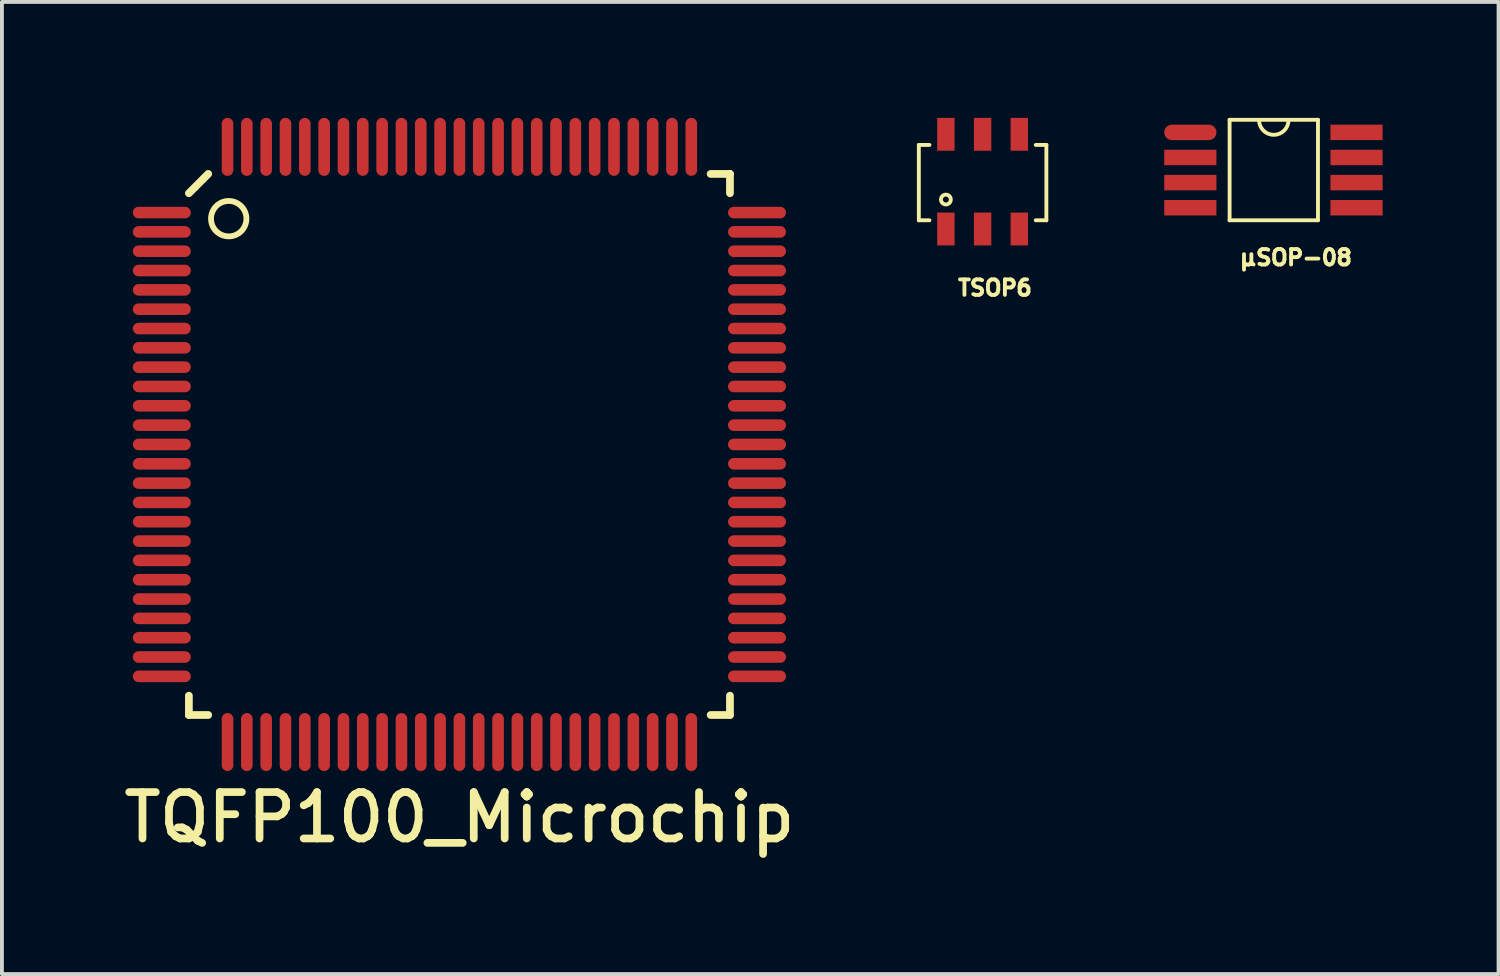
<source format=kicad_pcb>
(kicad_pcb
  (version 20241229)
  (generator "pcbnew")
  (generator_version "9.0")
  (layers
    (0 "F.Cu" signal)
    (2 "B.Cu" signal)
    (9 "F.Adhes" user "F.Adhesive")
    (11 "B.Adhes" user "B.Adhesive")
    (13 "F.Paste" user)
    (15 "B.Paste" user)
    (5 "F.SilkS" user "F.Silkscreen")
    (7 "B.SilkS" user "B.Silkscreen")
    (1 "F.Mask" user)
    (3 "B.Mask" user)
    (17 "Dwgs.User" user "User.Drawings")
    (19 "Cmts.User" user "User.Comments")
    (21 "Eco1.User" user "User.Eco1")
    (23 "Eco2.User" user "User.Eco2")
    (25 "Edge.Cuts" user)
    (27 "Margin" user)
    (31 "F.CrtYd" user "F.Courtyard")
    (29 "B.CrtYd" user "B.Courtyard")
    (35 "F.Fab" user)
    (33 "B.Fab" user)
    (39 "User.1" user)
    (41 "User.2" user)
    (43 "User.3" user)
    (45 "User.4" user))
  (footprint "TQFP100_Microchip"
    (layer "F.Cu")
    (at 8.837 8.45)
    (property "Reference" "TQFP100_Microchip" (at 0 9.65 0) (layer "F.SilkS") (effects (font (size 1.2 1.2) (thickness 0.2))))
    (attr through_hole)
    (fp_line (start -7 -6.5) (end -6.5 -7) (stroke (width 0.2) (type solid)) (layer "F.SilkS"))
    (fp_line (start -7 7) (end -7 6.5) (stroke (width 0.2) (type solid)) (layer "F.SilkS"))
    (fp_line (start -6.5 7) (end -7 7) (stroke (width 0.2) (type solid)) (layer "F.SilkS"))
    (fp_line (start 6.5 -7) (end 7 -7) (stroke (width 0.2) (type solid)) (layer "F.SilkS"))
    (fp_line (start 6.5 7) (end 7 7) (stroke (width 0.2) (type solid)) (layer "F.SilkS"))
    (fp_line (start 7 -7) (end 7 -6.5) (stroke (width 0.2) (type solid)) (layer "F.SilkS"))
    (fp_line (start 7 7) (end 7 6.5) (stroke (width 0.2) (type solid)) (layer "F.SilkS"))
    (fp_circle (center -5.969 -5.842) (end -5.715 -5.461) (stroke (width 0.15) (type solid)) (fill no) (layer "F.SilkS"))
    (pad "1" smd oval (at -7.7 -6) (size 1.5 0.3) (layers "F.Cu" "F.Mask" "F.Paste"))
    (pad "2" smd oval (at -7.7 -5.5) (size 1.5 0.3) (layers "F.Cu" "F.Mask" "F.Paste"))
    (pad "3" smd oval (at -7.7 -5) (size 1.5 0.3) (layers "F.Cu" "F.Mask" "F.Paste"))
    (pad "4" smd oval (at -7.7 -4.5) (size 1.5 0.3) (layers "F.Cu" "F.Mask" "F.Paste"))
    (pad "5" smd oval (at -7.7 -4) (size 1.5 0.3) (layers "F.Cu" "F.Mask" "F.Paste"))
    (pad "6" smd oval (at -7.7 -3.5) (size 1.5 0.3) (layers "F.Cu" "F.Mask" "F.Paste"))
    (pad "7" smd oval (at -7.7 -3) (size 1.5 0.3) (layers "F.Cu" "F.Mask" "F.Paste"))
    (pad "8" smd oval (at -7.7 -2.5) (size 1.5 0.3) (layers "F.Cu" "F.Mask" "F.Paste"))
    (pad "9" smd oval (at -7.7 -2) (size 1.5 0.3) (layers "F.Cu" "F.Mask" "F.Paste"))
    (pad "10" smd oval (at -7.7 -1.5) (size 1.5 0.3) (layers "F.Cu" "F.Mask" "F.Paste"))
    (pad "11" smd oval (at -7.7 -1) (size 1.5 0.3) (layers "F.Cu" "F.Mask" "F.Paste"))
    (pad "12" smd oval (at -7.7 -0.5) (size 1.5 0.3) (layers "F.Cu" "F.Mask" "F.Paste"))
    (pad "13" smd oval (at -7.7 0) (size 1.5 0.3) (layers "F.Cu" "F.Mask" "F.Paste"))
    (pad "14" smd oval (at -7.7 0.5) (size 1.5 0.3) (layers "F.Cu" "F.Mask" "F.Paste"))
    (pad "15" smd oval (at -7.7 1) (size 1.5 0.3) (layers "F.Cu" "F.Mask" "F.Paste"))
    (pad "16" smd oval (at -7.7 1.5) (size 1.5 0.3) (layers "F.Cu" "F.Mask" "F.Paste"))
    (pad "17" smd oval (at -7.7 2) (size 1.5 0.3) (layers "F.Cu" "F.Mask" "F.Paste"))
    (pad "18" smd oval (at -7.7 2.5) (size 1.5 0.3) (layers "F.Cu" "F.Mask" "F.Paste"))
    (pad "19" smd oval (at -7.7 3) (size 1.5 0.3) (layers "F.Cu" "F.Mask" "F.Paste"))
    (pad "20" smd oval (at -7.7 3.5) (size 1.5 0.3) (layers "F.Cu" "F.Mask" "F.Paste"))
    (pad "21" smd oval (at -7.7 4) (size 1.5 0.3) (layers "F.Cu" "F.Mask" "F.Paste"))
    (pad "22" smd oval (at -7.7 4.5) (size 1.5 0.3) (layers "F.Cu" "F.Mask" "F.Paste"))
    (pad "23" smd oval (at -7.7 5) (size 1.5 0.3) (layers "F.Cu" "F.Mask" "F.Paste"))
    (pad "24" smd oval (at -7.7 5.5) (size 1.5 0.3) (layers "F.Cu" "F.Mask" "F.Paste"))
    (pad "25" smd oval (at -7.7 6) (size 1.5 0.3) (layers "F.Cu" "F.Mask" "F.Paste"))
    (pad "26" smd oval (at -6 7.7) (size 0.3 1.5) (layers "F.Cu" "F.Mask" "F.Paste"))
    (pad "27" smd oval (at -5.5 7.7) (size 0.3 1.5) (layers "F.Cu" "F.Mask" "F.Paste"))
    (pad "28" smd oval (at -5 7.7) (size 0.3 1.5) (layers "F.Cu" "F.Mask" "F.Paste"))
    (pad "29" smd oval (at -4.5 7.7) (size 0.3 1.5) (layers "F.Cu" "F.Mask" "F.Paste"))
    (pad "30" smd oval (at -4 7.7) (size 0.3 1.5) (layers "F.Cu" "F.Mask" "F.Paste"))
    (pad "31" smd oval (at -3.5 7.7) (size 0.3 1.5) (layers "F.Cu" "F.Mask" "F.Paste"))
    (pad "32" smd oval (at -3 7.7) (size 0.3 1.5) (layers "F.Cu" "F.Mask" "F.Paste"))
    (pad "33" smd oval (at -2.5 7.7) (size 0.3 1.5) (layers "F.Cu" "F.Mask" "F.Paste"))
    (pad "34" smd oval (at -2 7.7) (size 0.3 1.5) (layers "F.Cu" "F.Mask" "F.Paste"))
    (pad "35" smd oval (at -1.5 7.7) (size 0.3 1.5) (layers "F.Cu" "F.Mask" "F.Paste"))
    (pad "36" smd oval (at -1 7.7) (size 0.3 1.5) (layers "F.Cu" "F.Mask" "F.Paste"))
    (pad "37" smd oval (at -0.5 7.7) (size 0.3 1.5) (layers "F.Cu" "F.Mask" "F.Paste"))
    (pad "38" smd oval (at 0 7.7) (size 0.3 1.5) (layers "F.Cu" "F.Mask" "F.Paste"))
    (pad "39" smd oval (at 0.5 7.7) (size 0.3 1.5) (layers "F.Cu" "F.Mask" "F.Paste"))
    (pad "40" smd oval (at 1 7.7) (size 0.3 1.5) (layers "F.Cu" "F.Mask" "F.Paste"))
    (pad "41" smd oval (at 1.5 7.7) (size 0.3 1.5) (layers "F.Cu" "F.Mask" "F.Paste"))
    (pad "42" smd oval (at 2 7.7) (size 0.3 1.5) (layers "F.Cu" "F.Mask" "F.Paste"))
    (pad "43" smd oval (at 2.5 7.7) (size 0.3 1.5) (layers "F.Cu" "F.Mask" "F.Paste"))
    (pad "44" smd oval (at 3 7.7) (size 0.3 1.5) (layers "F.Cu" "F.Mask" "F.Paste"))
    (pad "45" smd oval (at 3.5 7.7) (size 0.3 1.5) (layers "F.Cu" "F.Mask" "F.Paste"))
    (pad "46" smd oval (at 4 7.7) (size 0.3 1.5) (layers "F.Cu" "F.Mask" "F.Paste"))
    (pad "47" smd oval (at 4.5 7.7) (size 0.3 1.5) (layers "F.Cu" "F.Mask" "F.Paste"))
    (pad "48" smd oval (at 5 7.7) (size 0.3 1.5) (layers "F.Cu" "F.Mask" "F.Paste"))
    (pad "49" smd oval (at 5.5 7.7) (size 0.3 1.5) (layers "F.Cu" "F.Mask" "F.Paste"))
    (pad "50" smd oval (at 6 7.7) (size 0.3 1.5) (layers "F.Cu" "F.Mask" "F.Paste"))
    (pad "51" smd oval (at 7.7 6) (size 1.5 0.3) (layers "F.Cu" "F.Mask" "F.Paste"))
    (pad "52" smd oval (at 7.7 5.5) (size 1.5 0.3) (layers "F.Cu" "F.Mask" "F.Paste"))
    (pad "53" smd oval (at 7.7 5) (size 1.5 0.3) (layers "F.Cu" "F.Mask" "F.Paste"))
    (pad "54" smd oval (at 7.7 4.5) (size 1.5 0.3) (layers "F.Cu" "F.Mask" "F.Paste"))
    (pad "55" smd oval (at 7.7 4) (size 1.5 0.3) (layers "F.Cu" "F.Mask" "F.Paste"))
    (pad "56" smd oval (at 7.7 3.5) (size 1.5 0.3) (layers "F.Cu" "F.Mask" "F.Paste"))
    (pad "57" smd oval (at 7.7 3) (size 1.5 0.3) (layers "F.Cu" "F.Mask" "F.Paste"))
    (pad "58" smd oval (at 7.7 2.5) (size 1.5 0.3) (layers "F.Cu" "F.Mask" "F.Paste"))
    (pad "59" smd oval (at 7.7 2) (size 1.5 0.3) (layers "F.Cu" "F.Mask" "F.Paste"))
    (pad "60" smd oval (at 7.7 1.5) (size 1.5 0.3) (layers "F.Cu" "F.Mask" "F.Paste"))
    (pad "61" smd oval (at 7.7 1) (size 1.5 0.3) (layers "F.Cu" "F.Mask" "F.Paste"))
    (pad "62" smd oval (at 7.7 0.5) (size 1.5 0.3) (layers "F.Cu" "F.Mask" "F.Paste"))
    (pad "63" smd oval (at 7.7 0) (size 1.5 0.3) (layers "F.Cu" "F.Mask" "F.Paste"))
    (pad "64" smd oval (at 7.7 -0.5) (size 1.5 0.3) (layers "F.Cu" "F.Mask" "F.Paste"))
    (pad "65" smd oval (at 7.7 -1) (size 1.5 0.3) (layers "F.Cu" "F.Mask" "F.Paste"))
    (pad "66" smd oval (at 7.7 -1.5) (size 1.5 0.3) (layers "F.Cu" "F.Mask" "F.Paste"))
    (pad "67" smd oval (at 7.7 -2) (size 1.5 0.3) (layers "F.Cu" "F.Mask" "F.Paste"))
    (pad "68" smd oval (at 7.7 -2.5) (size 1.5 0.3) (layers "F.Cu" "F.Mask" "F.Paste"))
    (pad "69" smd oval (at 7.7 -3) (size 1.5 0.3) (layers "F.Cu" "F.Mask" "F.Paste"))
    (pad "70" smd oval (at 7.7 -3.5) (size 1.5 0.3) (layers "F.Cu" "F.Mask" "F.Paste"))
    (pad "71" smd oval (at 7.7 -4) (size 1.5 0.3) (layers "F.Cu" "F.Mask" "F.Paste"))
    (pad "72" smd oval (at 7.7 -4.5) (size 1.5 0.3) (layers "F.Cu" "F.Mask" "F.Paste"))
    (pad "73" smd oval (at 7.7 -5) (size 1.5 0.3) (layers "F.Cu" "F.Mask" "F.Paste"))
    (pad "74" smd oval (at 7.7 -5.5) (size 1.5 0.3) (layers "F.Cu" "F.Mask" "F.Paste"))
    (pad "75" smd oval (at 7.7 -6) (size 1.5 0.3) (layers "F.Cu" "F.Mask" "F.Paste"))
    (pad "76" smd oval (at 6 -7.7) (size 0.3 1.5) (layers "F.Cu" "F.Mask" "F.Paste"))
    (pad "77" smd oval (at 5.5 -7.7) (size 0.3 1.5) (layers "F.Cu" "F.Mask" "F.Paste"))
    (pad "78" smd oval (at 5 -7.7) (size 0.3 1.5) (layers "F.Cu" "F.Mask" "F.Paste"))
    (pad "79" smd oval (at 4.5 -7.7) (size 0.3 1.5) (layers "F.Cu" "F.Mask" "F.Paste"))
    (pad "80" smd oval (at 4 -7.7) (size 0.3 1.5) (layers "F.Cu" "F.Mask" "F.Paste"))
    (pad "81" smd oval (at 3.5 -7.7) (size 0.3 1.5) (layers "F.Cu" "F.Mask" "F.Paste"))
    (pad "82" smd oval (at 3 -7.7) (size 0.3 1.5) (layers "F.Cu" "F.Mask" "F.Paste"))
    (pad "83" smd oval (at 2.5 -7.7) (size 0.3 1.5) (layers "F.Cu" "F.Mask" "F.Paste"))
    (pad "84" smd oval (at 2 -7.7) (size 0.3 1.5) (layers "F.Cu" "F.Mask" "F.Paste"))
    (pad "85" smd oval (at 1.5 -7.7) (size 0.3 1.5) (layers "F.Cu" "F.Mask" "F.Paste"))
    (pad "86" smd oval (at 1 -7.7) (size 0.3 1.5) (layers "F.Cu" "F.Mask" "F.Paste"))
    (pad "87" smd oval (at 0.5 -7.7) (size 0.3 1.5) (layers "F.Cu" "F.Mask" "F.Paste"))
    (pad "88" smd oval (at 0 -7.7) (size 0.3 1.5) (layers "F.Cu" "F.Mask" "F.Paste"))
    (pad "89" smd oval (at -0.5 -7.7) (size 0.3 1.5) (layers "F.Cu" "F.Mask" "F.Paste"))
    (pad "90" smd oval (at -1 -7.7) (size 0.3 1.5) (layers "F.Cu" "F.Mask" "F.Paste"))
    (pad "91" smd oval (at -1.5 -7.7) (size 0.3 1.5) (layers "F.Cu" "F.Mask" "F.Paste"))
    (pad "92" smd oval (at -2 -7.7) (size 0.3 1.5) (layers "F.Cu" "F.Mask" "F.Paste"))
    (pad "93" smd oval (at -2.5 -7.7) (size 0.3 1.5) (layers "F.Cu" "F.Mask" "F.Paste"))
    (pad "94" smd oval (at -3 -7.7) (size 0.3 1.5) (layers "F.Cu" "F.Mask" "F.Paste"))
    (pad "95" smd oval (at -3.5 -7.7) (size 0.3 1.5) (layers "F.Cu" "F.Mask" "F.Paste"))
    (pad "96" smd oval (at -4 -7.7) (size 0.3 1.5) (layers "F.Cu" "F.Mask" "F.Paste"))
    (pad "97" smd oval (at -4.5 -7.7) (size 0.3 1.5) (layers "F.Cu" "F.Mask" "F.Paste"))
    (pad "98" smd oval (at -5 -7.7) (size 0.3 1.5) (layers "F.Cu" "F.Mask" "F.Paste"))
    (pad "99" smd oval (at -5.5 -7.7) (size 0.3 1.5) (layers "F.Cu" "F.Mask" "F.Paste"))
    (pad "100" smd oval (at -6 -7.7) (size 0.3 1.5) (layers "F.Cu" "F.Mask" "F.Paste")))
  (footprint "µSOP-08"
    (layer "F.Cu")
    (at 27.749 0.375)
    (property "Reference" "µSOP-08" (at 2.731 3.239 0) (layer "F.SilkS") (effects (font (size 0.4 0.4) (thickness 0.1))))
    (attr through_hole)
    (fp_line (start 1.016 -0.325) (end 3.302 -0.325) (stroke (width 0.1) (type solid)) (layer "F.SilkS"))
    (fp_line (start 1.016 2.275) (end 1.016 -0.325) (stroke (width 0.1) (type solid)) (layer "F.SilkS"))
    (fp_line (start 1.016 2.275) (end 3.302 2.275) (stroke (width 0.1) (type solid)) (layer "F.SilkS"))
    (fp_line (start 3.302 2.275) (end 3.302 -0.325) (stroke (width 0.1) (type solid)) (layer "F.SilkS"))
    (fp_arc (start 2.54 -0.3175) (mid 2.159 0.0635) (end 1.778 -0.3175) (stroke (width 0.1) (type solid)) (layer "F.SilkS"))
    (pad "1" smd oval (at 0 0) (size 1.35 0.4) (layers "F.Cu" "F.Mask" "F.Paste"))
    (pad "2" smd rect (at 0 0.65) (size 1.35 0.4) (layers "F.Cu" "F.Mask" "F.Paste"))
    (pad "3" smd rect (at 0 1.3) (size 1.35 0.4) (layers "F.Cu" "F.Mask" "F.Paste"))
    (pad "4" smd rect (at 0 1.95) (size 1.35 0.4) (layers "F.Cu" "F.Mask" "F.Paste"))
    (pad "5" smd rect (at 4.3 1.95) (size 1.35 0.4) (layers "F.Cu" "F.Mask" "F.Paste"))
    (pad "6" smd rect (at 4.3 1.3) (size 1.35 0.4) (layers "F.Cu" "F.Mask" "F.Paste"))
    (pad "7" smd rect (at 4.3 0.65) (size 1.35 0.4) (layers "F.Cu" "F.Mask" "F.Paste"))
    (pad "8" smd rect (at 4.3 0) (size 1.35 0.4) (layers "F.Cu" "F.Mask" "F.Paste")))
  (footprint "TSOP6"
    (layer "F.Cu")
    (at 21.424 2.875)
    (property "Reference" "TSOP6" (at 1.27 1.524 0) (layer "F.SilkS") (effects (font (size 0.4 0.4) (thickness 0.1))))
    (attr through_hole)
    (fp_line (start -0.7 -2.175) (end -0.425 -2.175) (stroke (width 0.1) (type solid)) (layer "F.SilkS"))
    (fp_line (start -0.7 -0.225) (end -0.7 -2.175) (stroke (width 0.1) (type solid)) (layer "F.SilkS"))
    (fp_line (start -0.7 -0.225) (end -0.425 -0.225) (stroke (width 0.1) (type solid)) (layer "F.SilkS"))
    (fp_line (start 2.325 -2.175) (end 2.6 -2.175) (stroke (width 0.1) (type solid)) (layer "F.SilkS"))
    (fp_line (start 2.325 -0.225) (end 2.6 -0.225) (stroke (width 0.1) (type solid)) (layer "F.SilkS"))
    (fp_line (start 2.6 -0.225) (end 2.6 -2.175) (stroke (width 0.1) (type solid)) (layer "F.SilkS"))
    (fp_circle (center 0 -0.762) (end 0 -0.889) (stroke (width 0.1) (type solid)) (fill no) (layer "F.SilkS"))
    (pad "1" smd rect (at 0 0) (size 0.45 0.85) (layers "F.Cu" "F.Mask" "F.Paste"))
    (pad "2" smd rect (at 0.95 0) (size 0.45 0.85) (layers "F.Cu" "F.Mask" "F.Paste"))
    (pad "3" smd rect (at 1.9 0) (size 0.45 0.85) (layers "F.Cu" "F.Mask" "F.Paste"))
    (pad "4" smd rect (at 1.9 -2.45) (size 0.45 0.85) (layers "F.Cu" "F.Mask" "F.Paste"))
    (pad "5" smd rect (at 0.95 -2.45) (size 0.45 0.85) (layers "F.Cu" "F.Mask" "F.Paste"))
    (pad "6" smd rect (at 0 -2.45) (size 0.45 0.85) (layers "F.Cu" "F.Mask" "F.Paste")))
  (gr_rect
    (start -3 -3)
    (end 35.724 22.153)
    (stroke (width 0.1) (type default))
    (fill no)
    (layer "Edge.Cuts")))
</source>
